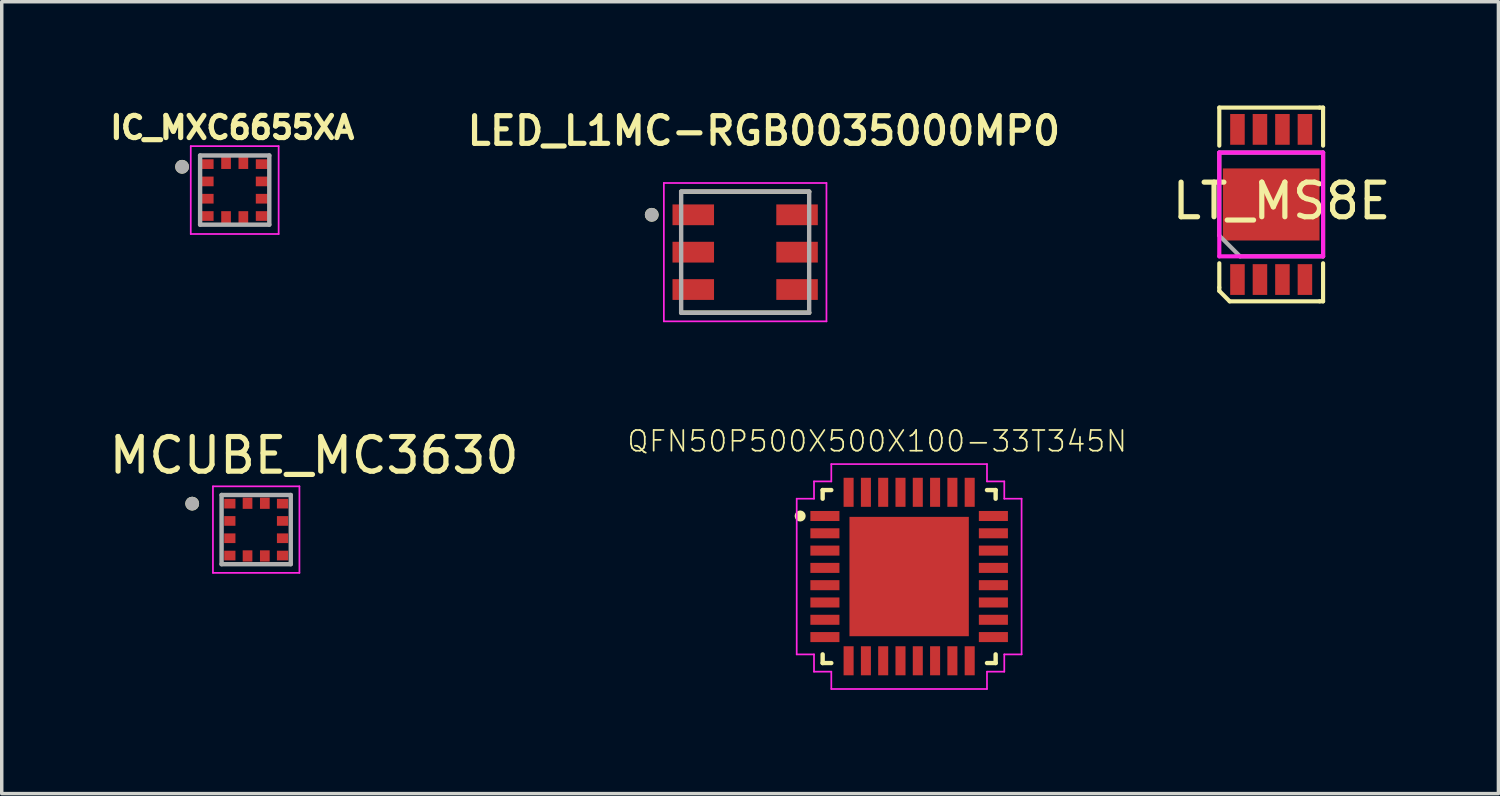
<source format=kicad_pcb>
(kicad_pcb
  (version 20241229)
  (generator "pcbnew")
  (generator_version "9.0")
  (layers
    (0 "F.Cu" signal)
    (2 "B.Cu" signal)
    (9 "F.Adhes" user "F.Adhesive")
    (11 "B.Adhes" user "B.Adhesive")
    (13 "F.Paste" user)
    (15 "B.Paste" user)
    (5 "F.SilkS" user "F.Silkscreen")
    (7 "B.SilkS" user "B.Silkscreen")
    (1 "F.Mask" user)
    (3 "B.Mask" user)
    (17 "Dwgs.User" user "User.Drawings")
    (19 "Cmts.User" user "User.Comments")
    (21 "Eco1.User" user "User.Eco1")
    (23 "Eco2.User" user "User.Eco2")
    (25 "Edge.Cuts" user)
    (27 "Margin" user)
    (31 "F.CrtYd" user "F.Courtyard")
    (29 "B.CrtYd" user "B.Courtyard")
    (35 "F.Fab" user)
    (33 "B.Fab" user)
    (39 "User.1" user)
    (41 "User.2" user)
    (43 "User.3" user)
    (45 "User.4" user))
  (footprint "LT_MS8E"
    (layer "F.Cu")
    (at 33.694 2.86)
    (property "Reference" "LT_MS8E" (at 0.3 -0.1 0) (layer "F.SilkS") (effects (font (size 1 1) (thickness 0.15))))
    (attr smd)
    (fp_line (start -1.5 -2.8) (end 1.4 -2.8) (stroke (width 0.12) (type solid)) (layer "F.SilkS"))
    (fp_line (start -1.5 -1.7) (end -1.5 -2.8) (stroke (width 0.12) (type solid)) (layer "F.SilkS"))
    (fp_line (start -1.5 1.7) (end -1.5 2.4) (stroke (width 0.12) (type solid)) (layer "F.SilkS"))
    (fp_line (start -1.5 2.4) (end -1.5 2.5) (stroke (width 0.12) (type solid)) (layer "F.SilkS"))
    (fp_line (start -1.5 2.5) (end -1.2 2.8) (stroke (width 0.12) (type solid)) (layer "F.SilkS"))
    (fp_line (start -1.2 2.8) (end 1.4 2.8) (stroke (width 0.12) (type solid)) (layer "F.SilkS"))
    (fp_line (start 1.4 -2.8) (end 1.5 -2.8) (stroke (width 0.12) (type solid)) (layer "F.SilkS"))
    (fp_line (start 1.4 2.8) (end 1.5 2.8) (stroke (width 0.12) (type solid)) (layer "F.SilkS"))
    (fp_line (start 1.5 -2.8) (end 1.5 -1.7) (stroke (width 0.12) (type solid)) (layer "F.SilkS"))
    (fp_line (start 1.5 2.8) (end 1.5 1.7) (stroke (width 0.12) (type solid)) (layer "F.SilkS"))
    (fp_line (start -1.5 -1.5) (end -1.5 1.5) (stroke (width 0.12) (type solid)) (layer "F.CrtYd"))
    (fp_line (start -1.5 1.5) (end 1.5 1.5) (stroke (width 0.12) (type solid)) (layer "F.CrtYd"))
    (fp_line (start 1.5 -1.5) (end -1.5 -1.5) (stroke (width 0.12) (type solid)) (layer "F.CrtYd"))
    (fp_line (start 1.5 1.5) (end 1.5 -1.5) (stroke (width 0.12) (type solid)) (layer "F.CrtYd"))
    (fp_line (start -1.5 -1.5) (end -1.5 0.9) (stroke (width 0.12) (type solid)) (layer "F.Fab"))
    (fp_line (start -1.5 0.9) (end -0.9 1.5) (stroke (width 0.12) (type solid)) (layer "F.Fab"))
    (fp_line (start -0.9 1.5) (end 1.5 1.5) (stroke (width 0.12) (type solid)) (layer "F.Fab"))
    (fp_line (start 1.5 -1.5) (end -1.5 -1.5) (stroke (width 0.12) (type solid)) (layer "F.Fab"))
    (fp_line (start 1.5 1.5) (end 1.5 -1.5) (stroke (width 0.12) (type solid)) (layer "F.Fab"))
    (pad "1" smd rect (at -0.975 2.17) (size 0.42 0.889) (layers "F.Cu" "F.Mask" "F.Paste"))
    (pad "2" smd rect (at -0.325 2.17) (size 0.42 0.889) (layers "F.Cu" "F.Mask" "F.Paste"))
    (pad "3" smd rect (at 0.325 2.17) (size 0.42 0.889) (layers "F.Cu" "F.Mask" "F.Paste"))
    (pad "4" smd rect (at 0.975 2.17) (size 0.42 0.889) (layers "F.Cu" "F.Mask" "F.Paste"))
    (pad "5" smd rect (at 0.975 -2.17) (size 0.42 0.889) (layers "F.Cu" "F.Mask" "F.Paste"))
    (pad "6" smd rect (at 0.325 -2.17) (size 0.42 0.889) (layers "F.Cu" "F.Mask" "F.Paste"))
    (pad "7" smd rect (at -0.325 -2.17) (size 0.42 0.889) (layers "F.Cu" "F.Mask" "F.Paste"))
    (pad "8" smd rect (at -0.975 -2.17) (size 0.42 0.889) (layers "F.Cu" "F.Mask" "F.Paste"))
    (pad "9" smd rect (at 0 0) (size 2.794 2.083) (layers "F.Cu" "F.Mask" "F.Paste")))
  (footprint "LED_L1MC-RGB0035000MP0"
    (layer "F.Cu")
    (at 18.489 4.239)
    (property "Reference" "LED_L1MC-RGB0035000MP0" (at 0.54 -3.508 0) (layer "F.SilkS") (effects (font (size 0.8 0.8) (thickness 0.15))))
    (attr through_hole)
    (fp_line (start -1.85 1.75) (end 1.85 1.75) (stroke (width 0.127) (type solid)) (layer "F.SilkS"))
    (fp_line (start 1.85 -1.75) (end -1.85 -1.75) (stroke (width 0.127) (type solid)) (layer "F.SilkS"))
    (fp_circle (center -2.7 -1.08) (end -2.6 -1.08) (stroke (width 0.2) (type solid)) (fill no) (layer "F.SilkS"))
    (fp_rect (start -1.85 -1.38) (end -1.01 -0.78) (stroke (width 0) (type solid)) (fill yes) (layer "F.Paste"))
    (fp_rect (start -1.85 -0.3) (end -1.01 0.3) (stroke (width 0) (type solid)) (fill yes) (layer "F.Paste"))
    (fp_rect (start -1.85 0.78) (end -1.01 1.38) (stroke (width 0) (type solid)) (fill yes) (layer "F.Paste"))
    (fp_rect (start 1.85 -1.38) (end 1.01 -0.78) (stroke (width 0) (type solid)) (fill yes) (layer "F.Paste"))
    (fp_rect (start 1.85 -0.3) (end 1.01 0.3) (stroke (width 0) (type solid)) (fill yes) (layer "F.Paste"))
    (fp_rect (start 1.85 0.78) (end 1.01 1.38) (stroke (width 0) (type solid)) (fill yes) (layer "F.Paste"))
    (fp_line (start -2.35 -2) (end -2.35 2) (stroke (width 0.05) (type solid)) (layer "F.CrtYd"))
    (fp_line (start -2.35 -2) (end 2.35 -2) (stroke (width 0.05) (type solid)) (layer "F.CrtYd"))
    (fp_line (start -2.35 2) (end 2.35 2) (stroke (width 0.05) (type solid)) (layer "F.CrtYd"))
    (fp_line (start 2.35 2) (end 2.35 -2) (stroke (width 0.05) (type solid)) (layer "F.CrtYd"))
    (fp_line (start -1.85 -1.75) (end -1.85 1.75) (stroke (width 0.127) (type solid)) (layer "F.Fab"))
    (fp_line (start -1.85 1.75) (end 1.85 1.75) (stroke (width 0.127) (type solid)) (layer "F.Fab"))
    (fp_line (start 1.85 -1.75) (end -1.85 -1.75) (stroke (width 0.127) (type solid)) (layer "F.Fab"))
    (fp_line (start 1.85 1.75) (end 1.85 -1.75) (stroke (width 0.127) (type solid)) (layer "F.Fab"))
    (fp_circle (center -2.7 -1.08) (end -2.6 -1.08) (stroke (width 0.2) (type solid)) (fill no) (layer "F.Fab"))
    (pad "1" smd rect (at -1.5 -1.08) (size 1.2 0.6) (layers "F.Cu" "F.Mask"))
    (pad "2" smd rect (at 1.5 -1.08 180) (size 1.2 0.6) (layers "F.Cu" "F.Mask"))
    (pad "3" smd rect (at -1.5 0) (size 1.2 0.6) (layers "F.Cu" "F.Mask"))
    (pad "4" smd rect (at 1.5 0 180) (size 1.2 0.6) (layers "F.Cu" "F.Mask"))
    (pad "5" smd rect (at -1.5 1.08) (size 1.2 0.6) (layers "F.Cu" "F.Mask"))
    (pad "6" smd rect (at 1.5 1.08 180) (size 1.2 0.6) (layers "F.Cu" "F.Mask")))
  (footprint "MCUBE_MC3630"
    (layer "F.Cu")
    (at 4.355 12.258)
    (property "Reference" "MCUBE_MC3630" (at 1.675 -2.145 0) (layer "F.SilkS") (effects (font (size 1 1) (thickness 0.15))))
    (attr through_hole)
    (fp_poly (pts (xy -0.975 -0.94) (xy -0.55 -0.94) (xy -0.55 -0.56) (xy -0.975 -0.56)) (stroke (width 0.01) (type solid)) (fill yes) (layer "F.Mask"))
    (fp_poly (pts (xy -0.975 -0.44) (xy -0.55 -0.44) (xy -0.55 -0.06) (xy -0.975 -0.06)) (stroke (width 0.01) (type solid)) (fill yes) (layer "F.Mask"))
    (fp_poly (pts (xy -0.975 0.06) (xy -0.55 0.06) (xy -0.55 0.44) (xy -0.975 0.44)) (stroke (width 0.01) (type solid)) (fill yes) (layer "F.Mask"))
    (fp_poly (pts (xy -0.975 0.56) (xy -0.55 0.56) (xy -0.55 0.94) (xy -0.975 0.94)) (stroke (width 0.01) (type solid)) (fill yes) (layer "F.Mask"))
    (fp_poly (pts (xy -0.44 -0.975) (xy -0.06 -0.975) (xy -0.06 -0.55) (xy -0.44 -0.55)) (stroke (width 0.01) (type solid)) (fill yes) (layer "F.Mask"))
    (fp_poly (pts (xy -0.44 0.55) (xy -0.06 0.55) (xy -0.06 0.975) (xy -0.44 0.975)) (stroke (width 0.01) (type solid)) (fill yes) (layer "F.Mask"))
    (fp_poly (pts (xy 0.06 -0.975) (xy 0.44 -0.975) (xy 0.44 -0.55) (xy 0.06 -0.55)) (stroke (width 0.01) (type solid)) (fill yes) (layer "F.Mask"))
    (fp_poly (pts (xy 0.06 0.55) (xy 0.44 0.55) (xy 0.44 0.975) (xy 0.06 0.975)) (stroke (width 0.01) (type solid)) (fill yes) (layer "F.Mask"))
    (fp_poly (pts (xy 0.55 -0.94) (xy 0.975 -0.94) (xy 0.975 -0.56) (xy 0.55 -0.56)) (stroke (width 0.01) (type solid)) (fill yes) (layer "F.Mask"))
    (fp_poly (pts (xy 0.55 -0.44) (xy 0.975 -0.44) (xy 0.975 -0.06) (xy 0.55 -0.06)) (stroke (width 0.01) (type solid)) (fill yes) (layer "F.Mask"))
    (fp_poly (pts (xy 0.55 0.06) (xy 0.975 0.06) (xy 0.975 0.44) (xy 0.55 0.44)) (stroke (width 0.01) (type solid)) (fill yes) (layer "F.Mask"))
    (fp_poly (pts (xy 0.55 0.56) (xy 0.975 0.56) (xy 0.975 0.94) (xy 0.55 0.94)) (stroke (width 0.01) (type solid)) (fill yes) (layer "F.Mask"))
    (fp_circle (center -1.85 -0.75) (end -1.75 -0.75) (stroke (width 0.2) (type solid)) (fill no) (layer "F.SilkS"))
    (fp_line (start -1.25 -1.25) (end 1.25 -1.25) (stroke (width 0.05) (type solid)) (layer "F.CrtYd"))
    (fp_line (start -1.25 1.25) (end -1.25 -1.25) (stroke (width 0.05) (type solid)) (layer "F.CrtYd"))
    (fp_line (start 1.25 -1.25) (end 1.25 1.25) (stroke (width 0.05) (type solid)) (layer "F.CrtYd"))
    (fp_line (start 1.25 1.25) (end -1.25 1.25) (stroke (width 0.05) (type solid)) (layer "F.CrtYd"))
    (fp_line (start -1 -1) (end -1 1) (stroke (width 0.127) (type solid)) (layer "F.Fab"))
    (fp_line (start -1 1) (end 1 1) (stroke (width 0.127) (type solid)) (layer "F.Fab"))
    (fp_line (start 1 -1) (end -1 -1) (stroke (width 0.127) (type solid)) (layer "F.Fab"))
    (fp_line (start 1 1) (end 1 -1) (stroke (width 0.127) (type solid)) (layer "F.Fab"))
    (fp_circle (center -1.85 -0.75) (end -1.75 -0.75) (stroke (width 0.2) (type solid)) (fill no) (layer "F.Fab"))
    (pad "1" smd rect (at -0.762 -0.75) (size 0.325 0.28) (layers "F.Cu" "F.Paste"))
    (pad "2" smd rect (at -0.762 -0.25) (size 0.325 0.28) (layers "F.Cu" "F.Paste"))
    (pad "3" smd rect (at -0.762 0.25) (size 0.325 0.28) (layers "F.Cu" "F.Paste"))
    (pad "4" smd rect (at -0.762 0.75) (size 0.325 0.28) (layers "F.Cu" "F.Paste"))
    (pad "5" smd rect (at -0.25 0.762 90) (size 0.325 0.28) (layers "F.Cu" "F.Paste"))
    (pad "6" smd rect (at 0.25 0.762 90) (size 0.325 0.28) (layers "F.Cu" "F.Paste"))
    (pad "7" smd rect (at 0.762 0.75) (size 0.325 0.28) (layers "F.Cu" "F.Paste"))
    (pad "8" smd rect (at 0.762 0.25) (size 0.325 0.28) (layers "F.Cu" "F.Paste"))
    (pad "9" smd rect (at 0.762 -0.25) (size 0.325 0.28) (layers "F.Cu" "F.Paste"))
    (pad "10" smd rect (at 0.762 -0.75) (size 0.325 0.28) (layers "F.Cu" "F.Paste"))
    (pad "11" smd rect (at 0.25 -0.762 90) (size 0.325 0.28) (layers "F.Cu" "F.Paste"))
    (pad "12" smd rect (at -0.25 -0.762 90) (size 0.325 0.28) (layers "F.Cu" "F.Paste")))
  (footprint "IC_MXC6655XA"
    (layer "F.Cu")
    (at 3.734 2.444)
    (property "Reference" "IC_MXC6655XA" (at -0.068 -1.806 0) (layer "F.SilkS") (effects (font (size 0.64 0.64) (thickness 0.15))))
    (attr through_hole)
    (fp_poly (pts (xy -1.07 -0.94) (xy -0.56 -0.94) (xy -0.56 -0.56) (xy -1.07 -0.56)) (stroke (width 0.01) (type solid)) (fill yes) (layer "F.Mask"))
    (fp_poly (pts (xy -1.07 -0.44) (xy -0.56 -0.44) (xy -0.56 -0.06) (xy -1.07 -0.06)) (stroke (width 0.01) (type solid)) (fill yes) (layer "F.Mask"))
    (fp_poly (pts (xy -1.07 0.06) (xy -0.56 0.06) (xy -0.56 0.44) (xy -1.07 0.44)) (stroke (width 0.01) (type solid)) (fill yes) (layer "F.Mask"))
    (fp_poly (pts (xy -1.07 0.56) (xy -0.56 0.56) (xy -0.56 0.94) (xy -1.07 0.94)) (stroke (width 0.01) (type solid)) (fill yes) (layer "F.Mask"))
    (fp_poly (pts (xy -0.44 -1.07) (xy -0.06 -1.07) (xy -0.06 -0.56) (xy -0.44 -0.56)) (stroke (width 0.01) (type solid)) (fill yes) (layer "F.Mask"))
    (fp_poly (pts (xy -0.44 0.56) (xy -0.06 0.56) (xy -0.06 1.07) (xy -0.44 1.07)) (stroke (width 0.01) (type solid)) (fill yes) (layer "F.Mask"))
    (fp_poly (pts (xy 0.06 -1.07) (xy 0.44 -1.07) (xy 0.44 -0.56) (xy 0.06 -0.56)) (stroke (width 0.01) (type solid)) (fill yes) (layer "F.Mask"))
    (fp_poly (pts (xy 0.06 0.56) (xy 0.44 0.56) (xy 0.44 1.07) (xy 0.06 1.07)) (stroke (width 0.01) (type solid)) (fill yes) (layer "F.Mask"))
    (fp_poly (pts (xy 0.56 -0.94) (xy 1.07 -0.94) (xy 1.07 -0.56) (xy 0.56 -0.56)) (stroke (width 0.01) (type solid)) (fill yes) (layer "F.Mask"))
    (fp_poly (pts (xy 0.56 -0.44) (xy 1.07 -0.44) (xy 1.07 -0.06) (xy 0.56 -0.06)) (stroke (width 0.01) (type solid)) (fill yes) (layer "F.Mask"))
    (fp_poly (pts (xy 0.56 0.06) (xy 1.07 0.06) (xy 1.07 0.44) (xy 0.56 0.44)) (stroke (width 0.01) (type solid)) (fill yes) (layer "F.Mask"))
    (fp_poly (pts (xy 0.56 0.56) (xy 1.07 0.56) (xy 1.07 0.94) (xy 0.56 0.94)) (stroke (width 0.01) (type solid)) (fill yes) (layer "F.Mask"))
    (fp_circle (center -1.521 -0.673) (end -1.421 -0.673) (stroke (width 0.2) (type solid)) (fill no) (layer "F.SilkS"))
    (fp_line (start -1.27 -1.27) (end 1.27 -1.27) (stroke (width 0.05) (type solid)) (layer "F.CrtYd"))
    (fp_line (start -1.27 1.27) (end -1.27 -1.27) (stroke (width 0.05) (type solid)) (layer "F.CrtYd"))
    (fp_line (start 1.27 -1.27) (end 1.27 1.27) (stroke (width 0.05) (type solid)) (layer "F.CrtYd"))
    (fp_line (start 1.27 1.27) (end -1.27 1.27) (stroke (width 0.05) (type solid)) (layer "F.CrtYd"))
    (fp_line (start -1 -1) (end 1 -1) (stroke (width 0.127) (type solid)) (layer "F.Fab"))
    (fp_line (start -1 1) (end -1 -1) (stroke (width 0.127) (type solid)) (layer "F.Fab"))
    (fp_line (start 1 -1) (end 1 1) (stroke (width 0.127) (type solid)) (layer "F.Fab"))
    (fp_line (start 1 1) (end -1 1) (stroke (width 0.127) (type solid)) (layer "F.Fab"))
    (fp_circle (center -1.521 -0.673) (end -1.421 -0.673) (stroke (width 0.2) (type solid)) (fill no) (layer "F.Fab"))
    (pad "1" smd rect (at -0.815 -0.75) (size 0.41 0.28) (layers "F.Cu" "F.Paste"))
    (pad "2" smd rect (at -0.815 -0.25) (size 0.41 0.28) (layers "F.Cu" "F.Paste"))
    (pad "3" smd rect (at -0.815 0.25) (size 0.41 0.28) (layers "F.Cu" "F.Paste"))
    (pad "4" smd rect (at -0.815 0.75) (size 0.41 0.28) (layers "F.Cu" "F.Paste"))
    (pad "5" smd rect (at -0.25 0.815) (size 0.28 0.41) (layers "F.Cu" "F.Paste"))
    (pad "6" smd rect (at 0.25 0.815) (size 0.28 0.41) (layers "F.Cu" "F.Paste"))
    (pad "7" smd rect (at 0.815 0.75) (size 0.41 0.28) (layers "F.Cu" "F.Paste"))
    (pad "8" smd rect (at 0.815 0.25) (size 0.41 0.28) (layers "F.Cu" "F.Paste"))
    (pad "9" smd rect (at 0.815 -0.25) (size 0.41 0.28) (layers "F.Cu" "F.Paste"))
    (pad "10" smd rect (at 0.815 -0.75) (size 0.41 0.28) (layers "F.Cu" "F.Paste"))
    (pad "11" smd rect (at 0.25 -0.815) (size 0.28 0.41) (layers "F.Cu" "F.Paste"))
    (pad "12" smd rect (at -0.25 -0.815) (size 0.28 0.41) (layers "F.Cu" "F.Paste")))
  (footprint "QFN50P500X500X100-33T345N"
    (layer "F.Cu")
    (at 23.229 13.615)
    (property "Reference" "QFN50P500X500X100-33T345N" (at -0.924 -3.912 0) (layer "F.SilkS") (effects (font (size 0.599 0.599) (thickness 0.05))))
    (attr smd)
    (fp_line (start -2.5 -2.5) (end -2.25 -2.5) (stroke (width 0.127) (type solid)) (layer "F.SilkS"))
    (fp_line (start -2.5 -2.25) (end -2.5 -2.5) (stroke (width 0.127) (type solid)) (layer "F.SilkS"))
    (fp_line (start -2.5 2.25) (end -2.5 2.5) (stroke (width 0.127) (type solid)) (layer "F.SilkS"))
    (fp_line (start -2.5 2.5) (end -2.25 2.5) (stroke (width 0.127) (type solid)) (layer "F.SilkS"))
    (fp_line (start 2.25 -2.5) (end 2.5 -2.5) (stroke (width 0.127) (type solid)) (layer "F.SilkS"))
    (fp_line (start 2.5 -2.5) (end 2.5 -2.25) (stroke (width 0.127) (type solid)) (layer "F.SilkS"))
    (fp_line (start 2.5 2.25) (end 2.5 2.5) (stroke (width 0.127) (type solid)) (layer "F.SilkS"))
    (fp_line (start 2.5 2.5) (end 2.25 2.5) (stroke (width 0.127) (type solid)) (layer "F.SilkS"))
    (fp_circle (center -3.15 -1.75) (end -3.07 -1.75) (stroke (width 0.16) (type solid)) (fill no) (layer "F.SilkS"))
    (fp_poly (pts (xy 1.09 -1.09) (xy 1.09 1.179) (xy -1.179 1.179) (xy -1.179 -1.09)) (stroke (width 0) (type solid)) (fill yes) (layer "F.Paste"))
    (fp_line (start -2.5 -2.5) (end 2.5 -2.5) (stroke (width 0.127) (type solid)) (layer "Eco2.User"))
    (fp_line (start -2.5 2.5) (end -2.5 -2.5) (stroke (width 0.127) (type solid)) (layer "Eco2.User"))
    (fp_line (start 2.5 -2.5) (end 2.5 2.5) (stroke (width 0.127) (type solid)) (layer "Eco2.User"))
    (fp_line (start 2.5 2.5) (end -2.5 2.5) (stroke (width 0.127) (type solid)) (layer "Eco2.User"))
    (fp_line (start -3.25 -2.25) (end -2.75 -2.25) (stroke (width 0.05) (type solid)) (layer "F.CrtYd"))
    (fp_line (start -3.25 2.25) (end -3.25 -2.25) (stroke (width 0.05) (type solid)) (layer "F.CrtYd"))
    (fp_line (start -2.75 -2.75) (end -2.25 -2.75) (stroke (width 0.05) (type solid)) (layer "F.CrtYd"))
    (fp_line (start -2.75 -2.25) (end -2.75 -2.75) (stroke (width 0.05) (type solid)) (layer "F.CrtYd"))
    (fp_line (start -2.75 2.25) (end -3.25 2.25) (stroke (width 0.05) (type solid)) (layer "F.CrtYd"))
    (fp_line (start -2.75 2.75) (end -2.75 2.25) (stroke (width 0.05) (type solid)) (layer "F.CrtYd"))
    (fp_line (start -2.25 -3.25) (end 2.25 -3.25) (stroke (width 0.05) (type solid)) (layer "F.CrtYd"))
    (fp_line (start -2.25 -2.75) (end -2.25 -3.25) (stroke (width 0.05) (type solid)) (layer "F.CrtYd"))
    (fp_line (start -2.25 2.75) (end -2.75 2.75) (stroke (width 0.05) (type solid)) (layer "F.CrtYd"))
    (fp_line (start -2.25 3.25) (end -2.25 2.75) (stroke (width 0.05) (type solid)) (layer "F.CrtYd"))
    (fp_line (start 2.25 -3.25) (end 2.25 -2.75) (stroke (width 0.05) (type solid)) (layer "F.CrtYd"))
    (fp_line (start 2.25 -2.75) (end 2.75 -2.75) (stroke (width 0.05) (type solid)) (layer "F.CrtYd"))
    (fp_line (start 2.25 2.75) (end 2.25 3.25) (stroke (width 0.05) (type solid)) (layer "F.CrtYd"))
    (fp_line (start 2.25 3.25) (end -2.25 3.25) (stroke (width 0.05) (type solid)) (layer "F.CrtYd"))
    (fp_line (start 2.75 -2.75) (end 2.75 -2.25) (stroke (width 0.05) (type solid)) (layer "F.CrtYd"))
    (fp_line (start 2.75 -2.25) (end 3.25 -2.25) (stroke (width 0.05) (type solid)) (layer "F.CrtYd"))
    (fp_line (start 2.75 2.25) (end 2.75 2.75) (stroke (width 0.05) (type solid)) (layer "F.CrtYd"))
    (fp_line (start 2.75 2.75) (end 2.25 2.75) (stroke (width 0.05) (type solid)) (layer "F.CrtYd"))
    (fp_line (start 3.25 -2.25) (end 3.25 2.25) (stroke (width 0.05) (type solid)) (layer "F.CrtYd"))
    (fp_line (start 3.25 2.25) (end 2.75 2.25) (stroke (width 0.05) (type solid)) (layer "F.CrtYd"))
    (pad "1" smd rect (at -2.435 -1.75 270) (size 0.29 0.84) (layers "F.Cu" "F.Mask" "F.Paste"))
    (pad "2" smd rect (at -2.435 -1.25 270) (size 0.29 0.84) (layers "F.Cu" "F.Mask" "F.Paste"))
    (pad "3" smd rect (at -2.435 -0.75 270) (size 0.29 0.84) (layers "F.Cu" "F.Mask" "F.Paste"))
    (pad "4" smd rect (at -2.435 -0.25 270) (size 0.29 0.84) (layers "F.Cu" "F.Mask" "F.Paste"))
    (pad "5" smd rect (at -2.435 0.25 270) (size 0.29 0.84) (layers "F.Cu" "F.Mask" "F.Paste"))
    (pad "6" smd rect (at -2.435 0.75 270) (size 0.29 0.84) (layers "F.Cu" "F.Mask" "F.Paste"))
    (pad "7" smd rect (at -2.435 1.25 270) (size 0.29 0.84) (layers "F.Cu" "F.Mask" "F.Paste"))
    (pad "8" smd rect (at -2.435 1.75 270) (size 0.29 0.84) (layers "F.Cu" "F.Mask" "F.Paste"))
    (pad "9" smd rect (at -1.75 2.435) (size 0.29 0.84) (layers "F.Cu" "F.Mask" "F.Paste"))
    (pad "10" smd rect (at -1.25 2.435) (size 0.29 0.84) (layers "F.Cu" "F.Mask" "F.Paste"))
    (pad "11" smd rect (at -0.75 2.435) (size 0.29 0.84) (layers "F.Cu" "F.Mask" "F.Paste"))
    (pad "12" smd rect (at -0.25 2.435) (size 0.29 0.84) (layers "F.Cu" "F.Mask" "F.Paste"))
    (pad "13" smd rect (at 0.25 2.435) (size 0.29 0.84) (layers "F.Cu" "F.Mask" "F.Paste"))
    (pad "14" smd rect (at 0.75 2.435) (size 0.29 0.84) (layers "F.Cu" "F.Mask" "F.Paste"))
    (pad "15" smd rect (at 1.25 2.435) (size 0.29 0.84) (layers "F.Cu" "F.Mask" "F.Paste"))
    (pad "16" smd rect (at 1.75 2.435) (size 0.29 0.84) (layers "F.Cu" "F.Mask" "F.Paste"))
    (pad "17" smd rect (at 2.435 1.75 90) (size 0.29 0.84) (layers "F.Cu" "F.Mask" "F.Paste"))
    (pad "18" smd rect (at 2.435 1.25 90) (size 0.29 0.84) (layers "F.Cu" "F.Mask" "F.Paste"))
    (pad "19" smd rect (at 2.435 0.75 90) (size 0.29 0.84) (layers "F.Cu" "F.Mask" "F.Paste"))
    (pad "20" smd rect (at 2.435 0.25 90) (size 0.29 0.84) (layers "F.Cu" "F.Mask" "F.Paste"))
    (pad "21" smd rect (at 2.435 -0.25 90) (size 0.29 0.84) (layers "F.Cu" "F.Mask" "F.Paste"))
    (pad "22" smd rect (at 2.435 -0.75 90) (size 0.29 0.84) (layers "F.Cu" "F.Mask" "F.Paste"))
    (pad "23" smd rect (at 2.435 -1.25 90) (size 0.29 0.84) (layers "F.Cu" "F.Mask" "F.Paste"))
    (pad "24" smd rect (at 2.435 -1.75 90) (size 0.29 0.84) (layers "F.Cu" "F.Mask" "F.Paste"))
    (pad "25" smd rect (at 1.75 -2.435 180) (size 0.29 0.84) (layers "F.Cu" "F.Mask" "F.Paste"))
    (pad "26" smd rect (at 1.25 -2.435 180) (size 0.29 0.84) (layers "F.Cu" "F.Mask" "F.Paste"))
    (pad "27" smd rect (at 0.75 -2.435 180) (size 0.29 0.84) (layers "F.Cu" "F.Mask" "F.Paste"))
    (pad "28" smd rect (at 0.25 -2.435 180) (size 0.29 0.84) (layers "F.Cu" "F.Mask" "F.Paste"))
    (pad "29" smd rect (at -0.25 -2.435 180) (size 0.29 0.84) (layers "F.Cu" "F.Mask" "F.Paste"))
    (pad "30" smd rect (at -0.75 -2.435 180) (size 0.29 0.84) (layers "F.Cu" "F.Mask" "F.Paste"))
    (pad "31" smd rect (at -1.25 -2.435 180) (size 0.29 0.84) (layers "F.Cu" "F.Mask" "F.Paste"))
    (pad "32" smd rect (at -1.75 -2.435 180) (size 0.29 0.84) (layers "F.Cu" "F.Mask" "F.Paste"))
    (pad "33" smd rect (at 0 0 180) (size 3.45 3.45) (layers "F.Cu" "F.Mask" "F.Paste")))
  (gr_rect
    (start -3 -3)
    (end 40.262 19.89)
    (stroke (width 0.1) (type default))
    (fill no)
    (layer "Edge.Cuts")))
</source>
